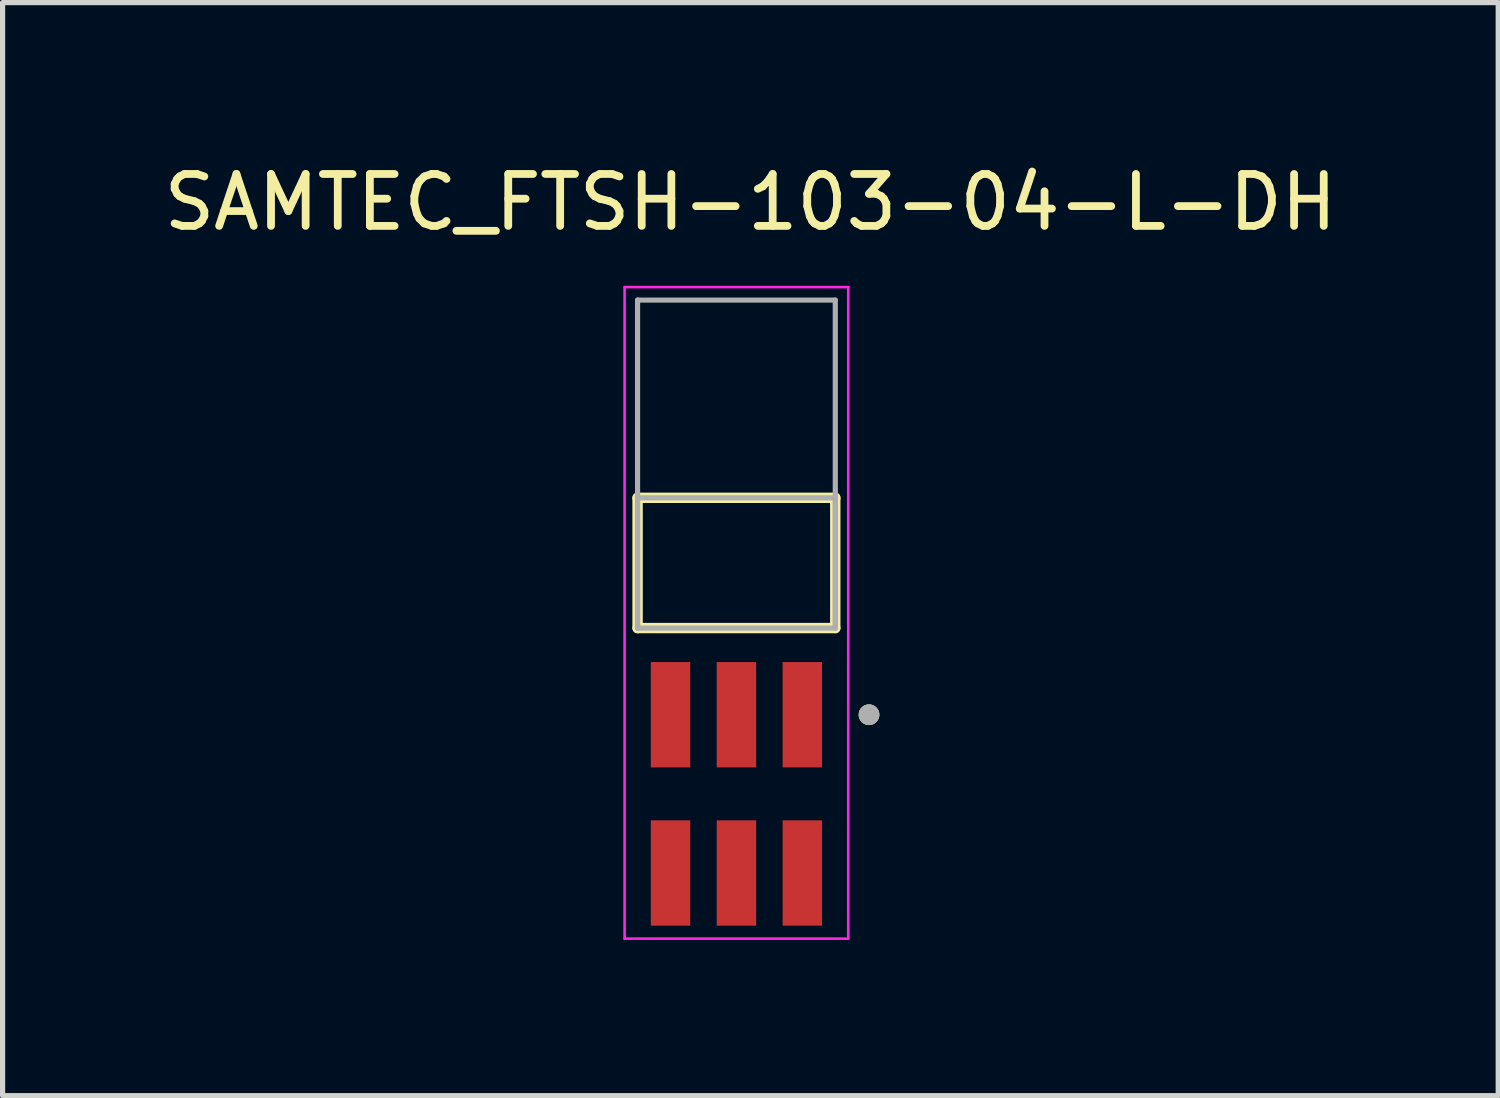
<source format=kicad_pcb>
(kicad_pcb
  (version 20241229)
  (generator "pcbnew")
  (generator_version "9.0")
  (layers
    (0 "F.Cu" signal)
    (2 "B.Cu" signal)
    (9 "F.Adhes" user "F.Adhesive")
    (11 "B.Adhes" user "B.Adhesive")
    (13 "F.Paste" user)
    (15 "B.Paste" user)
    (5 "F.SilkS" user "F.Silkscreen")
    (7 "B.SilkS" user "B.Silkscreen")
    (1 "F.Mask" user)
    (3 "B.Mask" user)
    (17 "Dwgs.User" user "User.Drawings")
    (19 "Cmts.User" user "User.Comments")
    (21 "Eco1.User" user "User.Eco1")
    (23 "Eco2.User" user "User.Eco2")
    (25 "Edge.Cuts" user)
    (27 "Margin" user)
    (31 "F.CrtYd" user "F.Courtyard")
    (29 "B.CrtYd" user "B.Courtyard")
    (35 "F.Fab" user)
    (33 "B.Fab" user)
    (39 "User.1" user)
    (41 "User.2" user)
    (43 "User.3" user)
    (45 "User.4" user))
  (footprint "SAMTEC_FTSH-103-04-L-DH"
    (layer "F.Cu")
    (at 11.141 12.248)
    (property "Reference" "SAMTEC_FTSH-103-04-L-DH" (at 0.27 -11.4 0) (layer "F.SilkS") (effects (font (size 1 1) (thickness 0.15))))
    (attr smd)
    (fp_line (start -1.905 -3.195) (end -1.905 -5.705) (stroke (width 0.2) (type solid)) (layer "F.SilkS"))
    (fp_line (start 1.905 -5.705) (end -1.905 -5.705) (stroke (width 0.2) (type solid)) (layer "F.SilkS"))
    (fp_line (start 1.905 -5.705) (end 1.905 -3.195) (stroke (width 0.2) (type solid)) (layer "F.SilkS"))
    (fp_line (start 1.905 -3.195) (end -1.905 -3.195) (stroke (width 0.2) (type solid)) (layer "F.SilkS"))
    (fp_circle (center 2.555 -1.525) (end 2.655 -1.525) (stroke (width 0.2) (type solid)) (fill no) (layer "F.SilkS"))
    (fp_line (start -2.155 -9.765) (end 2.155 -9.765) (stroke (width 0.05) (type solid)) (layer "F.CrtYd"))
    (fp_line (start -2.155 2.79) (end -2.155 -9.765) (stroke (width 0.05) (type solid)) (layer "F.CrtYd"))
    (fp_line (start 2.155 -9.765) (end 2.155 2.79) (stroke (width 0.05) (type solid)) (layer "F.CrtYd"))
    (fp_line (start 2.155 2.79) (end -2.155 2.79) (stroke (width 0.05) (type solid)) (layer "F.CrtYd"))
    (fp_line (start -1.905 -9.515) (end 1.905 -9.515) (stroke (width 0.1) (type solid)) (layer "F.Fab"))
    (fp_line (start -1.905 -5.705) (end 1.905 -5.705) (stroke (width 0.1) (type solid)) (layer "F.Fab"))
    (fp_line (start -1.905 -3.195) (end -1.905 -9.515) (stroke (width 0.1) (type solid)) (layer "F.Fab"))
    (fp_line (start -1.905 -3.195) (end -1.905 -5.705) (stroke (width 0.1) (type solid)) (layer "F.Fab"))
    (fp_line (start 1.905 -9.515) (end 1.905 -3.195) (stroke (width 0.1) (type solid)) (layer "F.Fab"))
    (fp_line (start 1.905 -5.705) (end 1.905 -3.195) (stroke (width 0.1) (type solid)) (layer "F.Fab"))
    (fp_line (start 1.905 -3.195) (end -1.905 -3.195) (stroke (width 0.1) (type solid)) (layer "F.Fab"))
    (fp_circle (center 2.555 -1.525) (end 2.655 -1.525) (stroke (width 0.2) (type solid)) (fill no) (layer "F.Fab"))
    (pad "01" smd rect (at 1.27 -1.525) (size 0.76 2.03) (layers "F.Cu" "F.Mask" "F.Paste"))
    (pad "02" smd rect (at 1.27 1.525) (size 0.76 2.03) (layers "F.Cu" "F.Mask" "F.Paste"))
    (pad "03" smd rect (at 0 -1.525) (size 0.76 2.03) (layers "F.Cu" "F.Mask" "F.Paste"))
    (pad "04" smd rect (at 0 1.525) (size 0.76 2.03) (layers "F.Cu" "F.Mask" "F.Paste"))
    (pad "05" smd rect (at -1.27 -1.525) (size 0.76 2.03) (layers "F.Cu" "F.Mask" "F.Paste"))
    (pad "06" smd rect (at -1.27 1.525) (size 0.76 2.03) (layers "F.Cu" "F.Mask" "F.Paste")))
  (gr_rect
    (start -3 -3)
    (end 25.821 18.063)
    (stroke (width 0.1) (type default))
    (fill no)
    (layer "Edge.Cuts")))
</source>
